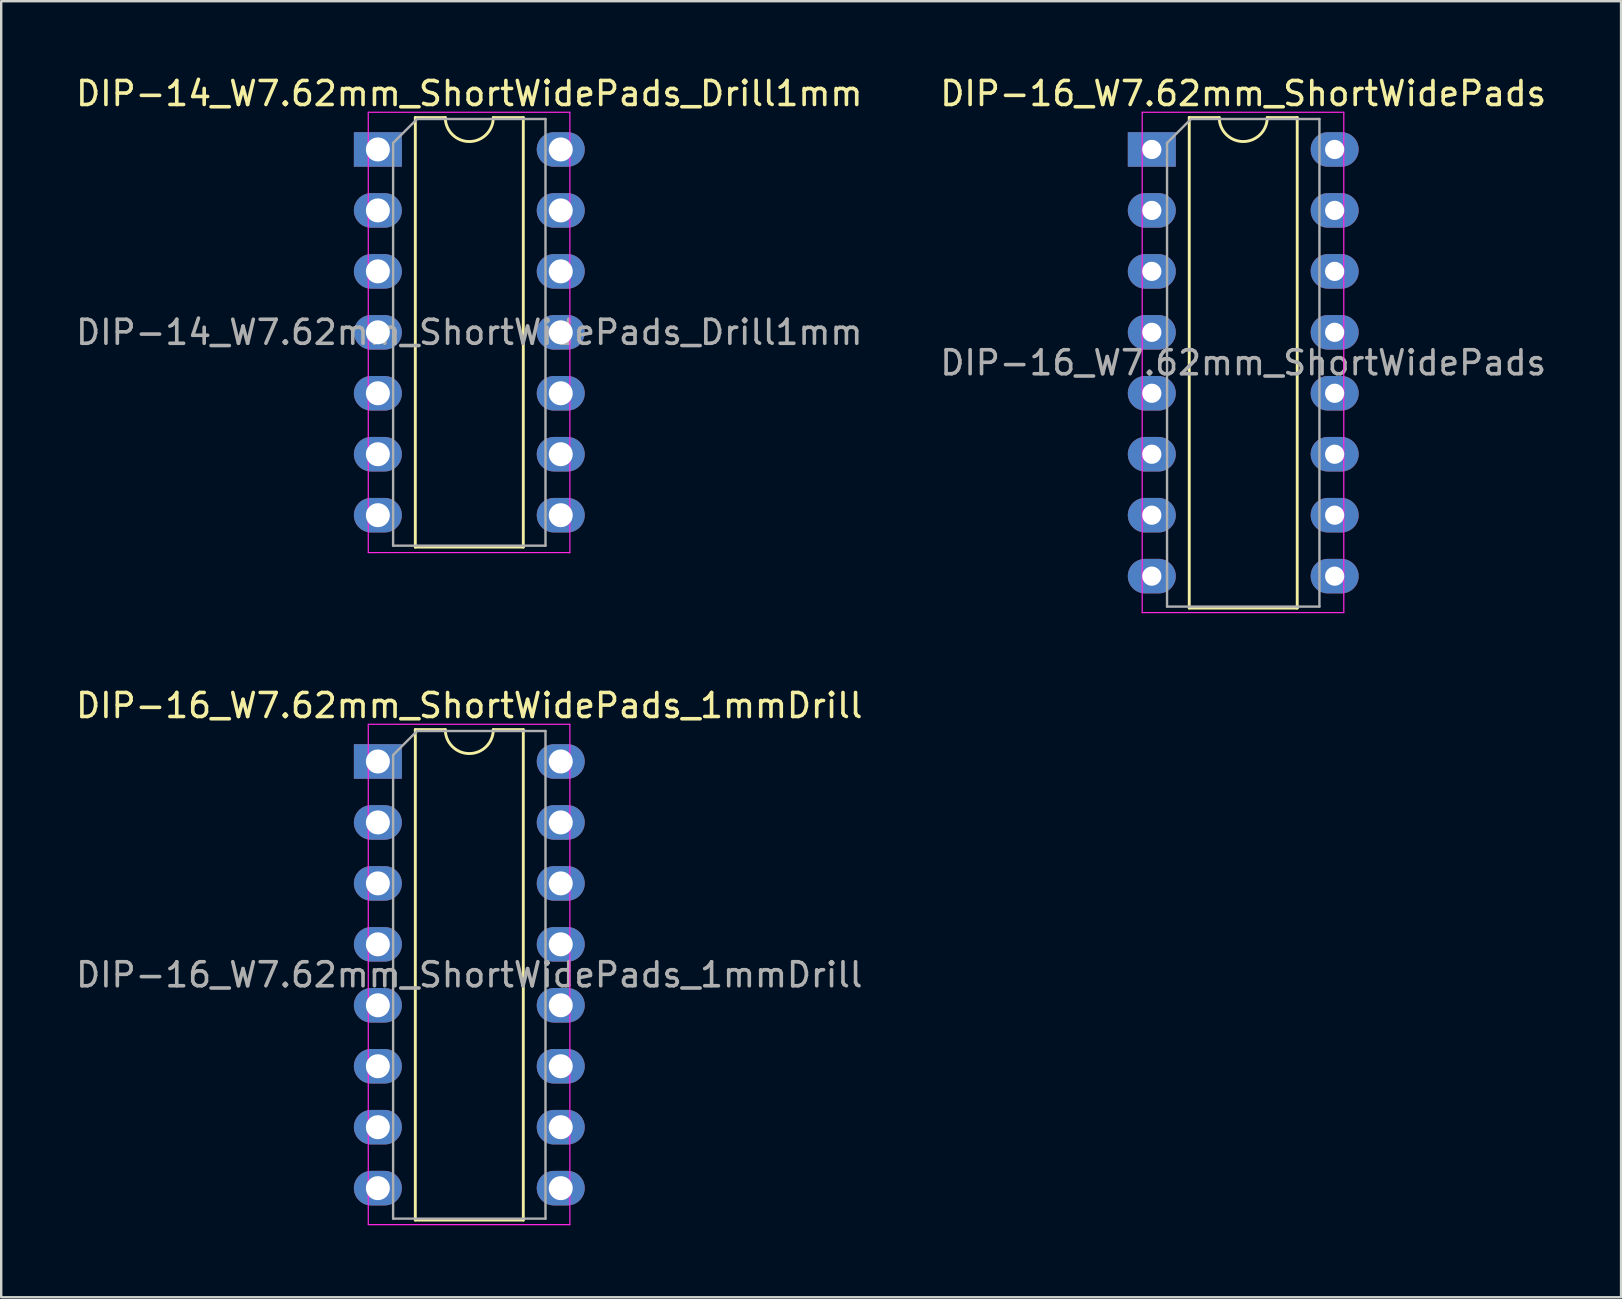
<source format=kicad_pcb>
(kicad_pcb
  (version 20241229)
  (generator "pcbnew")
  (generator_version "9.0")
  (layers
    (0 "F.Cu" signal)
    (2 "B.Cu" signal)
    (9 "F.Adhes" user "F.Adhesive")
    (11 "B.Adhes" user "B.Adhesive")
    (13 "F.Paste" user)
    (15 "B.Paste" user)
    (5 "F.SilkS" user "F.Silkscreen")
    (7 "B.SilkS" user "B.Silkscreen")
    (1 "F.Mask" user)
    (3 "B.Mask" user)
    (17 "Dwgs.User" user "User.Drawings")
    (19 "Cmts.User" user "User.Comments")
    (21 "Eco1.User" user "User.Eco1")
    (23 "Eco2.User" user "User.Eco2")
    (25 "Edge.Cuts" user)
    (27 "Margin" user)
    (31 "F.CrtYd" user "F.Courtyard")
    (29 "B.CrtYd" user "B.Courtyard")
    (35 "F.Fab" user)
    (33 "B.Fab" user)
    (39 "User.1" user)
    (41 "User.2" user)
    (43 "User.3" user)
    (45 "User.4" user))
  (footprint "DIP-14_W7.62mm_ShortWidePads_Drill1mm"
    (layer "F.Cu")
    (at 12.696 3.178)
    (property "Reference" "DIP-14_W7.62mm_ShortWidePads_Drill1mm" (at 3.81 -2.33 0) (layer "F.SilkS") (effects (font (size 1 1) (thickness 0.15))))
    (attr through_hole)
    (fp_line (start 1.56 -1.33) (end 1.56 16.57) (stroke (width 0.12) (type solid)) (layer "F.SilkS"))
    (fp_line (start 1.56 16.57) (end 6.06 16.57) (stroke (width 0.12) (type solid)) (layer "F.SilkS"))
    (fp_line (start 2.81 -1.33) (end 1.56 -1.33) (stroke (width 0.12) (type solid)) (layer "F.SilkS"))
    (fp_line (start 6.06 -1.33) (end 4.81 -1.33) (stroke (width 0.12) (type solid)) (layer "F.SilkS"))
    (fp_line (start 6.06 16.57) (end 6.06 -1.33) (stroke (width 0.12) (type solid)) (layer "F.SilkS"))
    (fp_arc (start 4.81 -1.33) (mid 3.81 -0.33) (end 2.81 -1.33) (stroke (width 0.12) (type solid)) (layer "F.SilkS"))
    (fp_line (start -0.4 -1.55) (end -0.4 16.8) (stroke (width 0.05) (type solid)) (layer "F.CrtYd"))
    (fp_line (start -0.4 16.8) (end 8 16.8) (stroke (width 0.05) (type solid)) (layer "F.CrtYd"))
    (fp_line (start 8 -1.55) (end -0.4 -1.55) (stroke (width 0.05) (type solid)) (layer "F.CrtYd"))
    (fp_line (start 8 16.8) (end 8 -1.55) (stroke (width 0.05) (type solid)) (layer "F.CrtYd"))
    (fp_line (start 0.635 -0.27) (end 1.635 -1.27) (stroke (width 0.1) (type solid)) (layer "F.Fab"))
    (fp_line (start 0.635 16.51) (end 0.635 -0.27) (stroke (width 0.1) (type solid)) (layer "F.Fab"))
    (fp_line (start 1.635 -1.27) (end 6.985 -1.27) (stroke (width 0.1) (type solid)) (layer "F.Fab"))
    (fp_line (start 6.985 -1.27) (end 6.985 16.51) (stroke (width 0.1) (type solid)) (layer "F.Fab"))
    (fp_line (start 6.985 16.51) (end 0.635 16.51) (stroke (width 0.1) (type solid)) (layer "F.Fab"))
    (fp_text user "${REFERENCE}" (at 3.81 7.62 0) (layer "F.Fab") (effects (font (size 1 1) (thickness 0.15))))
    (pad "1" thru_hole rect (at 0 0) (size 2 1.44) (drill 1) (layers "*.Cu" "*.Mask"))
    (pad "2" thru_hole oval (at 0 2.54) (size 2 1.44) (drill 1) (layers "*.Cu" "*.Mask"))
    (pad "3" thru_hole oval (at 0 5.08) (size 2 1.44) (drill 1) (layers "*.Cu" "*.Mask"))
    (pad "4" thru_hole oval (at 0 7.62) (size 2 1.44) (drill 1) (layers "*.Cu" "*.Mask"))
    (pad "5" thru_hole oval (at 0 10.16) (size 2 1.44) (drill 1) (layers "*.Cu" "*.Mask"))
    (pad "6" thru_hole oval (at 0 12.7) (size 2 1.44) (drill 1) (layers "*.Cu" "*.Mask"))
    (pad "7" thru_hole oval (at 0 15.24) (size 2 1.44) (drill 1) (layers "*.Cu" "*.Mask"))
    (pad "8" thru_hole oval (at 7.62 15.24) (size 2 1.44) (drill 1) (layers "*.Cu" "*.Mask"))
    (pad "9" thru_hole oval (at 7.62 12.7) (size 2 1.44) (drill 1) (layers "*.Cu" "*.Mask"))
    (pad "10" thru_hole oval (at 7.62 10.16) (size 2 1.44) (drill 1) (layers "*.Cu" "*.Mask"))
    (pad "11" thru_hole oval (at 7.62 7.62) (size 2 1.44) (drill 1) (layers "*.Cu" "*.Mask"))
    (pad "12" thru_hole oval (at 7.62 5.08) (size 2 1.44) (drill 1) (layers "*.Cu" "*.Mask"))
    (pad "13" thru_hole oval (at 7.62 2.54) (size 2 1.44) (drill 1) (layers "*.Cu" "*.Mask"))
    (pad "14" thru_hole oval (at 7.62 0) (size 2 1.44) (drill 1) (layers "*.Cu" "*.Mask")))
  (footprint "DIP-16_W7.62mm_ShortWidePads"
    (layer "F.Cu")
    (at 44.946 3.178)
    (property "Reference" "DIP-16_W7.62mm_ShortWidePads" (at 3.81 -2.33 0) (layer "F.SilkS") (effects (font (size 1 1) (thickness 0.15))))
    (attr through_hole)
    (fp_line (start 1.56 -1.33) (end 1.56 19.11) (stroke (width 0.12) (type solid)) (layer "F.SilkS"))
    (fp_line (start 1.56 19.11) (end 6.06 19.11) (stroke (width 0.12) (type solid)) (layer "F.SilkS"))
    (fp_line (start 2.81 -1.33) (end 1.56 -1.33) (stroke (width 0.12) (type solid)) (layer "F.SilkS"))
    (fp_line (start 6.06 -1.33) (end 4.81 -1.33) (stroke (width 0.12) (type solid)) (layer "F.SilkS"))
    (fp_line (start 6.06 19.11) (end 6.06 -1.33) (stroke (width 0.12) (type solid)) (layer "F.SilkS"))
    (fp_arc (start 4.81 -1.33) (mid 3.81 -0.33) (end 2.81 -1.33) (stroke (width 0.12) (type solid)) (layer "F.SilkS"))
    (fp_line (start -0.4 -1.55) (end -0.4 19.3) (stroke (width 0.05) (type solid)) (layer "F.CrtYd"))
    (fp_line (start -0.4 19.3) (end 8 19.3) (stroke (width 0.05) (type solid)) (layer "F.CrtYd"))
    (fp_line (start 8 -1.55) (end -0.4 -1.55) (stroke (width 0.05) (type solid)) (layer "F.CrtYd"))
    (fp_line (start 8 19.3) (end 8 -1.55) (stroke (width 0.05) (type solid)) (layer "F.CrtYd"))
    (fp_line (start 0.635 -0.27) (end 1.635 -1.27) (stroke (width 0.1) (type solid)) (layer "F.Fab"))
    (fp_line (start 0.635 19.05) (end 0.635 -0.27) (stroke (width 0.1) (type solid)) (layer "F.Fab"))
    (fp_line (start 1.635 -1.27) (end 6.985 -1.27) (stroke (width 0.1) (type solid)) (layer "F.Fab"))
    (fp_line (start 6.985 -1.27) (end 6.985 19.05) (stroke (width 0.1) (type solid)) (layer "F.Fab"))
    (fp_line (start 6.985 19.05) (end 0.635 19.05) (stroke (width 0.1) (type solid)) (layer "F.Fab"))
    (fp_text user "${REFERENCE}" (at 3.81 8.89 0) (layer "F.Fab") (effects (font (size 1 1) (thickness 0.15))))
    (pad "1" thru_hole rect (at 0 0) (size 2 1.44) (drill 0.8) (layers "*.Cu" "*.Mask"))
    (pad "2" thru_hole oval (at 0 2.54) (size 2 1.44) (drill 0.8) (layers "*.Cu" "*.Mask"))
    (pad "3" thru_hole oval (at 0 5.08) (size 2 1.44) (drill 0.8) (layers "*.Cu" "*.Mask"))
    (pad "4" thru_hole oval (at 0 7.62) (size 2 1.44) (drill 0.8) (layers "*.Cu" "*.Mask"))
    (pad "5" thru_hole oval (at 0 10.16) (size 2 1.44) (drill 0.8) (layers "*.Cu" "*.Mask"))
    (pad "6" thru_hole oval (at 0 12.7) (size 2 1.44) (drill 0.8) (layers "*.Cu" "*.Mask"))
    (pad "7" thru_hole oval (at 0 15.24) (size 2 1.44) (drill 0.8) (layers "*.Cu" "*.Mask"))
    (pad "8" thru_hole oval (at 0 17.78) (size 2 1.44) (drill 0.8) (layers "*.Cu" "*.Mask"))
    (pad "9" thru_hole oval (at 7.62 17.78) (size 2 1.44) (drill 0.8) (layers "*.Cu" "*.Mask"))
    (pad "10" thru_hole oval (at 7.62 15.24) (size 2 1.44) (drill 0.8) (layers "*.Cu" "*.Mask"))
    (pad "11" thru_hole oval (at 7.62 12.7) (size 2 1.44) (drill 0.8) (layers "*.Cu" "*.Mask"))
    (pad "12" thru_hole oval (at 7.62 10.16) (size 2 1.44) (drill 0.8) (layers "*.Cu" "*.Mask"))
    (pad "13" thru_hole oval (at 7.62 7.62) (size 2 1.44) (drill 0.8) (layers "*.Cu" "*.Mask"))
    (pad "14" thru_hole oval (at 7.62 5.08) (size 2 1.44) (drill 0.8) (layers "*.Cu" "*.Mask"))
    (pad "15" thru_hole oval (at 7.62 2.54) (size 2 1.44) (drill 0.8) (layers "*.Cu" "*.Mask"))
    (pad "16" thru_hole oval (at 7.62 0) (size 2 1.44) (drill 0.8) (layers "*.Cu" "*.Mask")))
  (footprint "DIP-16_W7.62mm_ShortWidePads_1mmDrill"
    (layer "F.Cu")
    (at 12.696 28.681)
    (property "Reference" "DIP-16_W7.62mm_ShortWidePads_1mmDrill" (at 3.81 -2.33 0) (layer "F.SilkS") (effects (font (size 1 1) (thickness 0.15))))
    (attr through_hole)
    (fp_line (start 1.56 -1.33) (end 1.56 19.11) (stroke (width 0.12) (type solid)) (layer "F.SilkS"))
    (fp_line (start 1.56 19.11) (end 6.06 19.11) (stroke (width 0.12) (type solid)) (layer "F.SilkS"))
    (fp_line (start 2.81 -1.33) (end 1.56 -1.33) (stroke (width 0.12) (type solid)) (layer "F.SilkS"))
    (fp_line (start 6.06 -1.33) (end 4.81 -1.33) (stroke (width 0.12) (type solid)) (layer "F.SilkS"))
    (fp_line (start 6.06 19.11) (end 6.06 -1.33) (stroke (width 0.12) (type solid)) (layer "F.SilkS"))
    (fp_arc (start 4.81 -1.33) (mid 3.81 -0.33) (end 2.81 -1.33) (stroke (width 0.12) (type solid)) (layer "F.SilkS"))
    (fp_line (start -0.4 -1.55) (end -0.4 19.3) (stroke (width 0.05) (type solid)) (layer "F.CrtYd"))
    (fp_line (start -0.4 19.3) (end 8 19.3) (stroke (width 0.05) (type solid)) (layer "F.CrtYd"))
    (fp_line (start 8 -1.55) (end -0.4 -1.55) (stroke (width 0.05) (type solid)) (layer "F.CrtYd"))
    (fp_line (start 8 19.3) (end 8 -1.55) (stroke (width 0.05) (type solid)) (layer "F.CrtYd"))
    (fp_line (start 0.635 -0.27) (end 1.635 -1.27) (stroke (width 0.1) (type solid)) (layer "F.Fab"))
    (fp_line (start 0.635 19.05) (end 0.635 -0.27) (stroke (width 0.1) (type solid)) (layer "F.Fab"))
    (fp_line (start 1.635 -1.27) (end 6.985 -1.27) (stroke (width 0.1) (type solid)) (layer "F.Fab"))
    (fp_line (start 6.985 -1.27) (end 6.985 19.05) (stroke (width 0.1) (type solid)) (layer "F.Fab"))
    (fp_line (start 6.985 19.05) (end 0.635 19.05) (stroke (width 0.1) (type solid)) (layer "F.Fab"))
    (fp_text user "${REFERENCE}" (at 3.81 8.89 0) (layer "F.Fab") (effects (font (size 1 1) (thickness 0.15))))
    (pad "1" thru_hole rect (at 0 0) (size 2 1.44) (drill 1) (layers "*.Cu" "*.Mask"))
    (pad "2" thru_hole oval (at 0 2.54) (size 2 1.44) (drill 1) (layers "*.Cu" "*.Mask"))
    (pad "3" thru_hole oval (at 0 5.08) (size 2 1.44) (drill 1) (layers "*.Cu" "*.Mask"))
    (pad "4" thru_hole oval (at 0 7.62) (size 2 1.44) (drill 1) (layers "*.Cu" "*.Mask"))
    (pad "5" thru_hole oval (at 0 10.16) (size 2 1.44) (drill 1) (layers "*.Cu" "*.Mask"))
    (pad "6" thru_hole oval (at 0 12.7) (size 2 1.44) (drill 1) (layers "*.Cu" "*.Mask"))
    (pad "7" thru_hole oval (at 0 15.24) (size 2 1.44) (drill 1) (layers "*.Cu" "*.Mask"))
    (pad "8" thru_hole oval (at 0 17.78) (size 2 1.44) (drill 1) (layers "*.Cu" "*.Mask"))
    (pad "9" thru_hole oval (at 7.62 17.78) (size 2 1.44) (drill 1) (layers "*.Cu" "*.Mask"))
    (pad "10" thru_hole oval (at 7.62 15.24) (size 2 1.44) (drill 1) (layers "*.Cu" "*.Mask"))
    (pad "11" thru_hole oval (at 7.62 12.7) (size 2 1.44) (drill 1) (layers "*.Cu" "*.Mask"))
    (pad "12" thru_hole oval (at 7.62 10.16) (size 2 1.44) (drill 1) (layers "*.Cu" "*.Mask"))
    (pad "13" thru_hole oval (at 7.62 7.62) (size 2 1.44) (drill 1) (layers "*.Cu" "*.Mask"))
    (pad "14" thru_hole oval (at 7.62 5.08) (size 2 1.44) (drill 1) (layers "*.Cu" "*.Mask"))
    (pad "15" thru_hole oval (at 7.62 2.54) (size 2 1.44) (drill 1) (layers "*.Cu" "*.Mask"))
    (pad "16" thru_hole oval (at 7.62 0) (size 2 1.44) (drill 1) (layers "*.Cu" "*.Mask")))
  (gr_rect
    (start -3 -3)
    (end 64.5 51.007)
    (stroke (width 0.1) (type default))
    (fill no)
    (layer "Edge.Cuts")))
</source>
